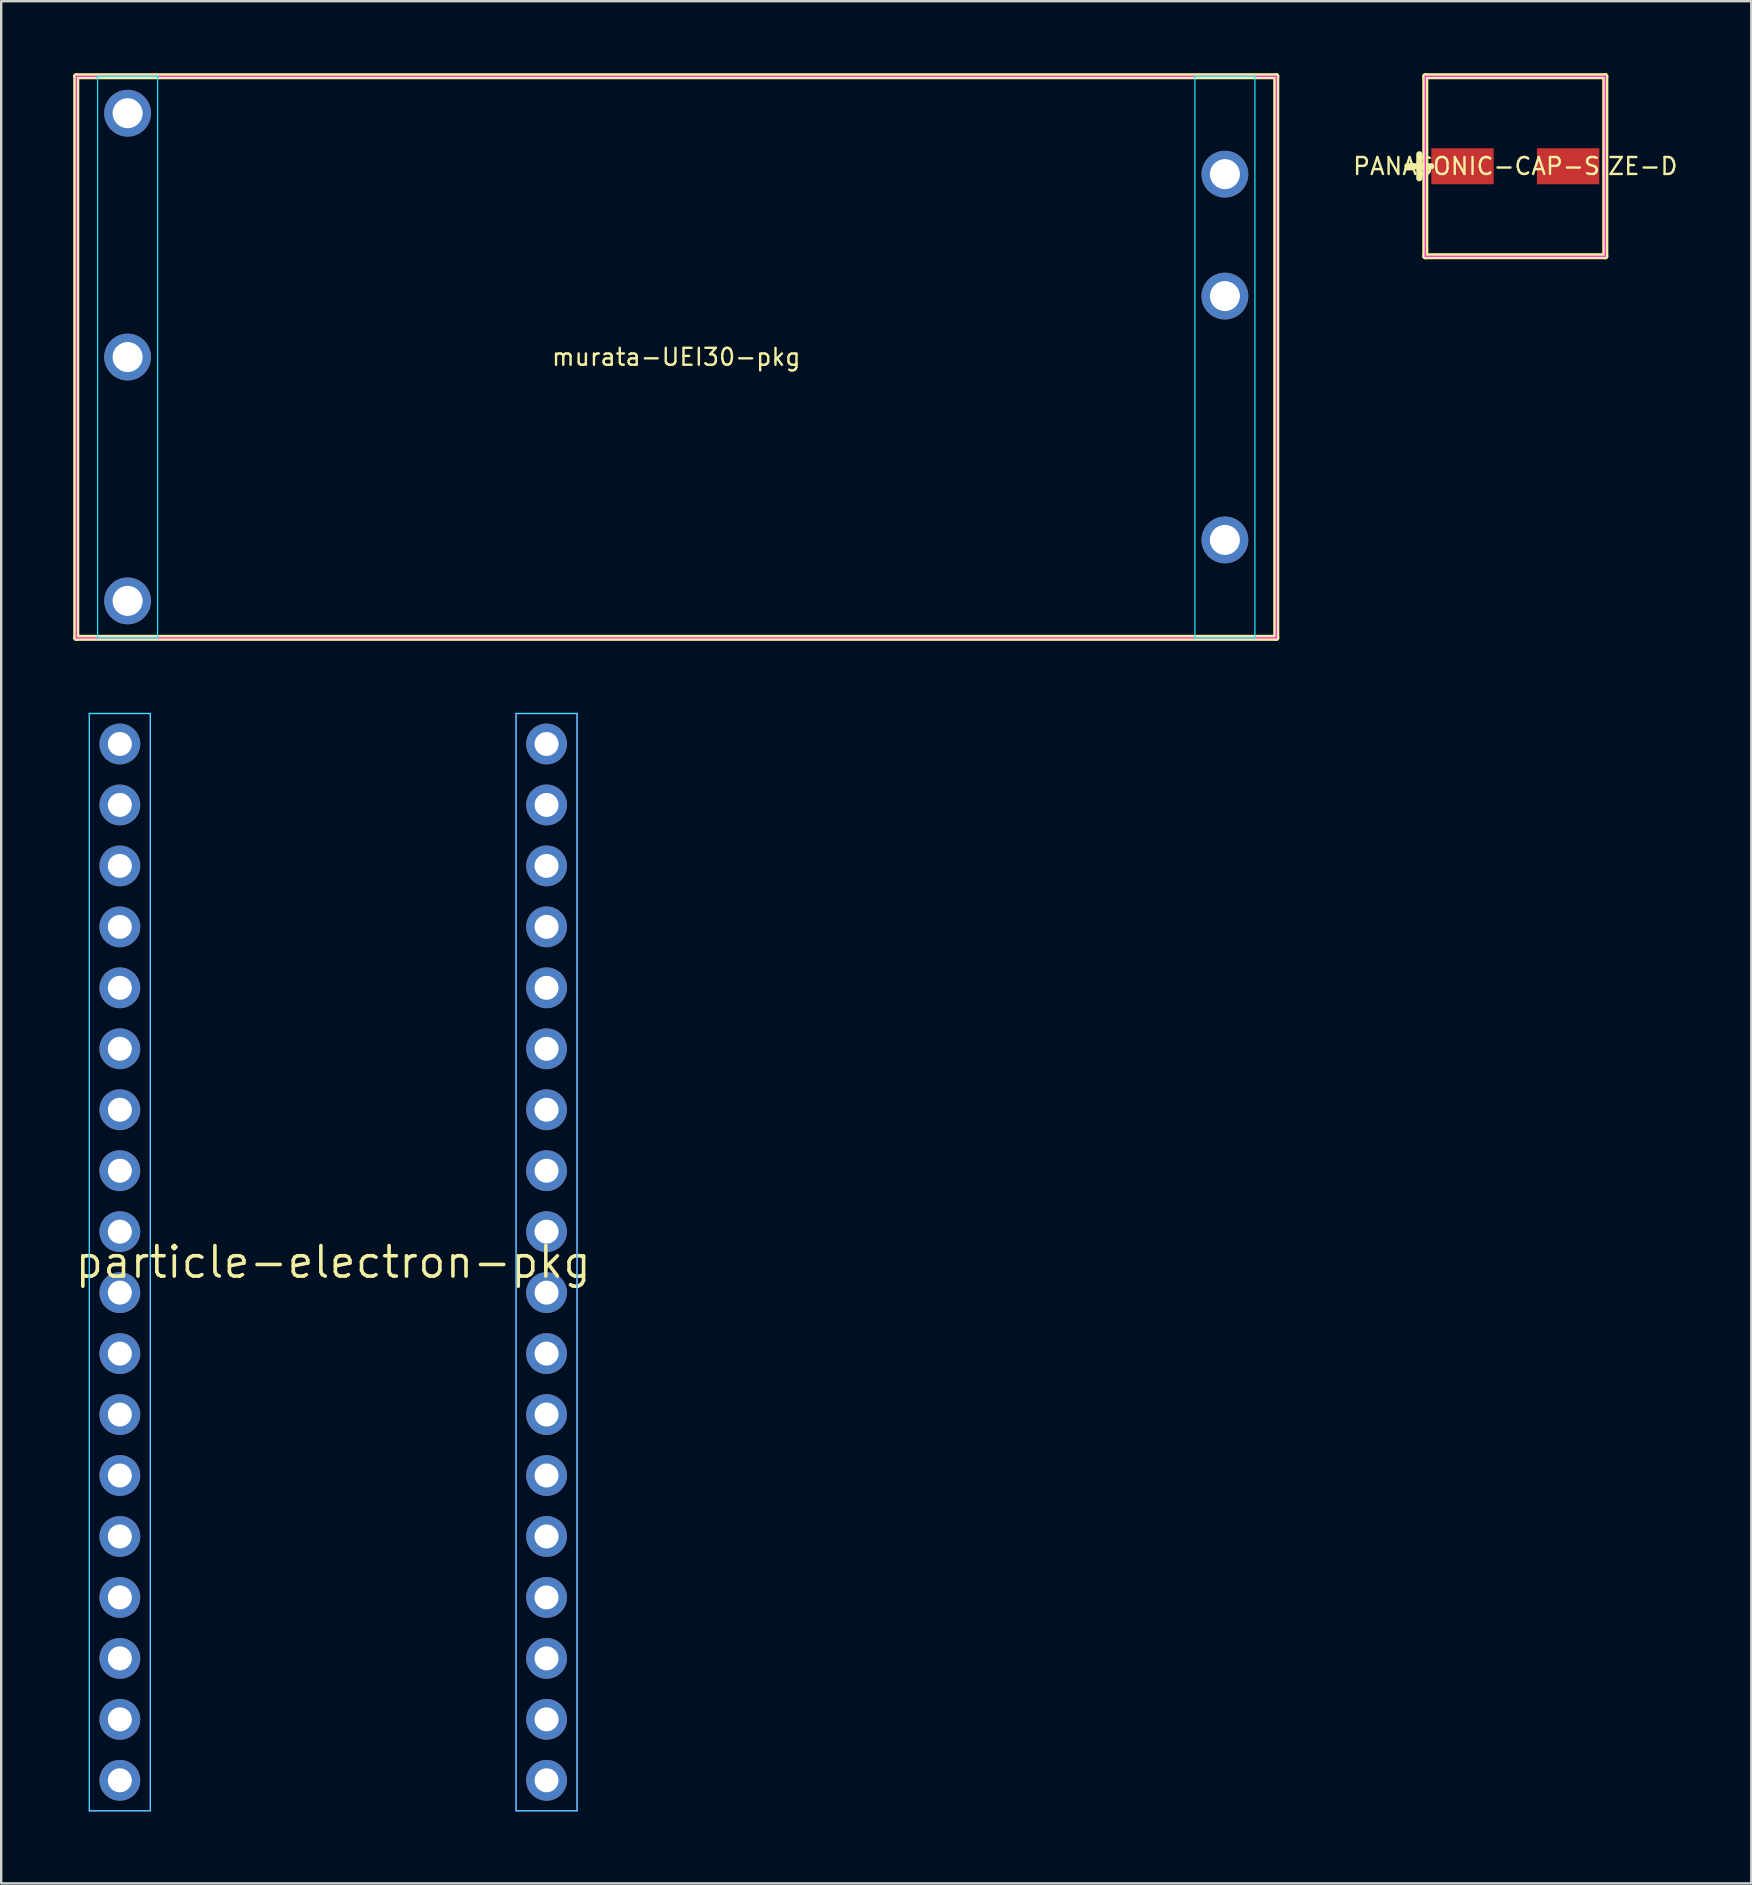
<source format=kicad_pcb>
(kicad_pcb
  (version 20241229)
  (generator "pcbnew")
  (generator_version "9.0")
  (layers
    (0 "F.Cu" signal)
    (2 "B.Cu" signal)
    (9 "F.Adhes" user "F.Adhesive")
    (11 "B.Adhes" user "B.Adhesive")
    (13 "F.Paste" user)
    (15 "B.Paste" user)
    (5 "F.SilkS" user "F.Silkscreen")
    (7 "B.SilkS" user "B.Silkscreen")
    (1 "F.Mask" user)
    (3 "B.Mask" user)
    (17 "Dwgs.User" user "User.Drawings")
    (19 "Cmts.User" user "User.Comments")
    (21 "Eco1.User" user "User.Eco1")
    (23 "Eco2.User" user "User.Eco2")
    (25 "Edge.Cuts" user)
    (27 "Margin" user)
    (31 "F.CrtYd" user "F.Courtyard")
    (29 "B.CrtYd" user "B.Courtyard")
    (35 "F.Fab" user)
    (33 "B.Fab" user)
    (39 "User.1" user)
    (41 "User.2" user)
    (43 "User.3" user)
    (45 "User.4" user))
  (footprint "murata-UEI30-pkg"
    (layer "F.Cu")
    (at 25.127 11.827)
    (property "Reference" "murata-UEI30-pkg" (at 0 0 0) (layer "F.SilkS") (effects (font (size 0.706 0.706) (thickness 0.1))))
    (attr through_hole)
    (fp_line (start -25 -11.7) (end -25 11.7) (stroke (width 0.254) (type solid)) (layer "F.SilkS"))
    (fp_line (start -25 11.7) (end 25 11.7) (stroke (width 0.254) (type solid)) (layer "F.SilkS"))
    (fp_line (start 25 -11.7) (end -25 -11.7) (stroke (width 0.254) (type solid)) (layer "F.SilkS"))
    (fp_line (start 25 11.7) (end 25 -11.7) (stroke (width 0.254) (type solid)) (layer "F.SilkS"))
    (fp_line (start -24.11 -11.7) (end -24.11 11.7) (stroke (width 0.05) (type solid)) (layer "B.CrtYd"))
    (fp_line (start -24.11 11.7) (end -21.61 11.7) (stroke (width 0.05) (type solid)) (layer "B.CrtYd"))
    (fp_line (start -21.61 -11.7) (end -24.11 -11.7) (stroke (width 0.05) (type solid)) (layer "B.CrtYd"))
    (fp_line (start -21.61 11.7) (end -21.61 -11.7) (stroke (width 0.05) (type solid)) (layer "B.CrtYd"))
    (fp_line (start 21.61 -11.7) (end 21.61 11.7) (stroke (width 0.05) (type solid)) (layer "B.CrtYd"))
    (fp_line (start 21.61 11.7) (end 24.11 11.7) (stroke (width 0.05) (type solid)) (layer "B.CrtYd"))
    (fp_line (start 24.11 -11.7) (end 21.61 -11.7) (stroke (width 0.05) (type solid)) (layer "B.CrtYd"))
    (fp_line (start 24.11 11.7) (end 24.11 -11.7) (stroke (width 0.05) (type solid)) (layer "B.CrtYd"))
    (fp_line (start -25 -11.7) (end -25 11.7) (stroke (width 0.05) (type solid)) (layer "F.CrtYd"))
    (fp_line (start -25 11.7) (end 25 11.7) (stroke (width 0.05) (type solid)) (layer "F.CrtYd"))
    (fp_line (start 25 -11.7) (end -25 -11.7) (stroke (width 0.05) (type solid)) (layer "F.CrtYd"))
    (fp_line (start 25 11.7) (end 25 -11.7) (stroke (width 0.05) (type solid)) (layer "F.CrtYd"))
    (pad "1" thru_hole circle (at 22.86 -7.62) (size 1.95 1.95) (drill 1.25) (layers "*.Cu" "*.Mask"))
    (pad "2" thru_hole circle (at 22.86 -2.54) (size 1.95 1.95) (drill 1.25) (layers "*.Cu" "*.Mask"))
    (pad "3" thru_hole circle (at 22.86 7.62) (size 1.95 1.95) (drill 1.25) (layers "*.Cu" "*.Mask"))
    (pad "4" thru_hole circle (at -22.86 -10.16) (size 1.95 1.95) (drill 1.25) (layers "*.Cu" "*.Mask"))
    (pad "5" thru_hole circle (at -22.86 0) (size 1.95 1.95) (drill 1.25) (layers "*.Cu" "*.Mask"))
    (pad "6" thru_hole circle (at -22.86 10.16) (size 1.95 1.95) (drill 1.25) (layers "*.Cu" "*.Mask")))
  (footprint "PANASONIC-CAP-SIZE-D"
    (layer "F.Cu")
    (at 60.087 3.877)
    (property "Reference" "PANASONIC-CAP-SIZE-D" (at 0 0 0) (layer "F.SilkS") (effects (font (size 0.706 0.706) (thickness 0.1))))
    (attr through_hole)
    (fp_line (start -4.5 0) (end -3.5 0) (stroke (width 0.254) (type solid)) (layer "F.SilkS"))
    (fp_line (start -4 0.5) (end -4 -0.5) (stroke (width 0.254) (type solid)) (layer "F.SilkS"))
    (fp_line (start -3.75 -3.75) (end -3.75 3.75) (stroke (width 0.254) (type solid)) (layer "F.SilkS"))
    (fp_line (start -3.75 3.75) (end 3.75 3.75) (stroke (width 0.254) (type solid)) (layer "F.SilkS"))
    (fp_line (start 3.75 -3.75) (end -3.75 -3.75) (stroke (width 0.254) (type solid)) (layer "F.SilkS"))
    (fp_line (start 3.75 3.75) (end 3.75 -3.75) (stroke (width 0.254) (type solid)) (layer "F.SilkS"))
    (fp_line (start -3.75 -3.75) (end -3.75 3.75) (stroke (width 0.05) (type solid)) (layer "F.CrtYd"))
    (fp_line (start -3.75 3.75) (end 3.75 3.75) (stroke (width 0.05) (type solid)) (layer "F.CrtYd"))
    (fp_line (start 3.75 -3.75) (end -3.75 -3.75) (stroke (width 0.05) (type solid)) (layer "F.CrtYd"))
    (fp_line (start 3.75 3.75) (end 3.75 -3.75) (stroke (width 0.05) (type solid)) (layer "F.CrtYd"))
    (pad "1" smd rect (at -2.2 0) (size 2.6 1.5) (layers "F.Cu" "F.Mask" "F.Paste"))
    (pad "2" smd rect (at 2.2 0) (size 2.6 1.5) (layers "F.Cu" "F.Mask" "F.Paste")))
  (footprint "particle-electron-pkg"
    (layer "F.Cu")
    (at 10.833 49.539)
    (property "Reference" "particle-electron-pkg" (at 0 0 0) (layer "F.SilkS") (effects (font (size 1.27 1.27) (thickness 0.15))))
    (attr through_hole)
    (fp_line (start -10.16 -22.86) (end -10.16 22.86) (stroke (width 0.05) (type solid)) (layer "B.CrtYd"))
    (fp_line (start -10.16 22.86) (end -7.62 22.86) (stroke (width 0.05) (type solid)) (layer "B.CrtYd"))
    (fp_line (start -7.62 -22.86) (end -10.16 -22.86) (stroke (width 0.05) (type solid)) (layer "B.CrtYd"))
    (fp_line (start -7.62 22.86) (end -7.62 -22.86) (stroke (width 0.05) (type solid)) (layer "B.CrtYd"))
    (fp_line (start 7.62 -22.86) (end 7.62 22.86) (stroke (width 0.05) (type solid)) (layer "B.CrtYd"))
    (fp_line (start 7.62 22.86) (end 10.16 22.86) (stroke (width 0.05) (type solid)) (layer "B.CrtYd"))
    (fp_line (start 10.16 -22.86) (end 7.62 -22.86) (stroke (width 0.05) (type solid)) (layer "B.CrtYd"))
    (fp_line (start 10.16 22.86) (end 10.16 -22.86) (stroke (width 0.05) (type solid)) (layer "B.CrtYd"))
    (fp_line (start -10.16 -22.86) (end -10.16 22.86) (stroke (width 0.05) (type solid)) (layer "F.CrtYd"))
    (fp_line (start -10.16 22.86) (end -7.62 22.86) (stroke (width 0.05) (type solid)) (layer "F.CrtYd"))
    (fp_line (start -7.62 -22.86) (end -10.16 -22.86) (stroke (width 0.05) (type solid)) (layer "F.CrtYd"))
    (fp_line (start -7.62 22.86) (end -7.62 -22.86) (stroke (width 0.05) (type solid)) (layer "F.CrtYd"))
    (fp_line (start 7.62 -22.86) (end 7.62 22.86) (stroke (width 0.05) (type solid)) (layer "F.CrtYd"))
    (fp_line (start 7.62 22.86) (end 10.16 22.86) (stroke (width 0.05) (type solid)) (layer "F.CrtYd"))
    (fp_line (start 10.16 -22.86) (end 7.62 -22.86) (stroke (width 0.05) (type solid)) (layer "F.CrtYd"))
    (fp_line (start 10.16 22.86) (end 10.16 -22.86) (stroke (width 0.05) (type solid)) (layer "F.CrtYd"))
    (pad "1" thru_hole circle (at -8.89 -21.59 90) (size 1.7 1.7) (drill 1) (layers "*.Cu" "*.Mask"))
    (pad "2" thru_hole circle (at -8.89 -19.05 90) (size 1.7 1.7) (drill 1) (layers "*.Cu" "*.Mask"))
    (pad "3" thru_hole circle (at -8.89 -16.51 90) (size 1.7 1.7) (drill 1) (layers "*.Cu" "*.Mask"))
    (pad "4" thru_hole circle (at -8.89 -13.97 90) (size 1.7 1.7) (drill 1) (layers "*.Cu" "*.Mask"))
    (pad "5" thru_hole circle (at -8.89 -11.43 90) (size 1.7 1.7) (drill 1) (layers "*.Cu" "*.Mask"))
    (pad "6" thru_hole circle (at -8.89 -8.89 90) (size 1.7 1.7) (drill 1) (layers "*.Cu" "*.Mask"))
    (pad "7" thru_hole circle (at -8.89 -6.35 90) (size 1.7 1.7) (drill 1) (layers "*.Cu" "*.Mask"))
    (pad "8" thru_hole circle (at -8.89 -3.81 90) (size 1.7 1.7) (drill 1) (layers "*.Cu" "*.Mask"))
    (pad "9" thru_hole circle (at -8.89 -1.27 90) (size 1.7 1.7) (drill 1) (layers "*.Cu" "*.Mask"))
    (pad "10" thru_hole circle (at -8.89 1.27 90) (size 1.7 1.7) (drill 1) (layers "*.Cu" "*.Mask"))
    (pad "11" thru_hole circle (at -8.89 3.81 90) (size 1.7 1.7) (drill 1) (layers "*.Cu" "*.Mask"))
    (pad "12" thru_hole circle (at -8.89 6.35 90) (size 1.7 1.7) (drill 1) (layers "*.Cu" "*.Mask"))
    (pad "13" thru_hole circle (at -8.89 8.89 90) (size 1.7 1.7) (drill 1) (layers "*.Cu" "*.Mask"))
    (pad "14" thru_hole circle (at -8.89 11.43 90) (size 1.7 1.7) (drill 1) (layers "*.Cu" "*.Mask"))
    (pad "15" thru_hole circle (at -8.89 13.97 90) (size 1.7 1.7) (drill 1) (layers "*.Cu" "*.Mask"))
    (pad "16" thru_hole circle (at -8.89 16.51 90) (size 1.7 1.7) (drill 1) (layers "*.Cu" "*.Mask"))
    (pad "17" thru_hole circle (at -8.89 19.05 90) (size 1.7 1.7) (drill 1) (layers "*.Cu" "*.Mask"))
    (pad "18" thru_hole circle (at -8.89 21.59 90) (size 1.7 1.7) (drill 1) (layers "*.Cu" "*.Mask"))
    (pad "19" thru_hole circle (at 8.89 21.59 270) (size 1.7 1.7) (drill 1) (layers "*.Cu" "*.Mask"))
    (pad "20" thru_hole circle (at 8.89 19.05 270) (size 1.7 1.7) (drill 1) (layers "*.Cu" "*.Mask"))
    (pad "21" thru_hole circle (at 8.89 16.51 270) (size 1.7 1.7) (drill 1) (layers "*.Cu" "*.Mask"))
    (pad "22" thru_hole circle (at 8.89 13.97 270) (size 1.7 1.7) (drill 1) (layers "*.Cu" "*.Mask"))
    (pad "23" thru_hole circle (at 8.89 11.43 270) (size 1.7 1.7) (drill 1) (layers "*.Cu" "*.Mask"))
    (pad "24" thru_hole circle (at 8.89 8.89 270) (size 1.7 1.7) (drill 1) (layers "*.Cu" "*.Mask"))
    (pad "25" thru_hole circle (at 8.89 6.35 270) (size 1.7 1.7) (drill 1) (layers "*.Cu" "*.Mask"))
    (pad "26" thru_hole circle (at 8.89 3.81 270) (size 1.7 1.7) (drill 1) (layers "*.Cu" "*.Mask"))
    (pad "27" thru_hole circle (at 8.89 1.27 270) (size 1.7 1.7) (drill 1) (layers "*.Cu" "*.Mask"))
    (pad "28" thru_hole circle (at 8.89 -1.27 270) (size 1.7 1.7) (drill 1) (layers "*.Cu" "*.Mask"))
    (pad "29" thru_hole circle (at 8.89 -3.81 270) (size 1.7 1.7) (drill 1) (layers "*.Cu" "*.Mask"))
    (pad "30" thru_hole circle (at 8.89 -6.35 270) (size 1.7 1.7) (drill 1) (layers "*.Cu" "*.Mask"))
    (pad "31" thru_hole circle (at 8.89 -8.89 270) (size 1.7 1.7) (drill 1) (layers "*.Cu" "*.Mask"))
    (pad "32" thru_hole circle (at 8.89 -11.43 270) (size 1.7 1.7) (drill 1) (layers "*.Cu" "*.Mask"))
    (pad "33" thru_hole circle (at 8.89 -13.97 270) (size 1.7 1.7) (drill 1) (layers "*.Cu" "*.Mask"))
    (pad "34" thru_hole circle (at 8.89 -16.51 270) (size 1.7 1.7) (drill 1) (layers "*.Cu" "*.Mask"))
    (pad "35" thru_hole circle (at 8.89 -19.05 270) (size 1.7 1.7) (drill 1) (layers "*.Cu" "*.Mask"))
    (pad "36" thru_hole circle (at 8.89 -21.59 270) (size 1.7 1.7) (drill 1) (layers "*.Cu" "*.Mask")))
  (gr_rect
    (start -3 -3)
    (end 69.92 75.424)
    (stroke (width 0.1) (type default))
    (fill no)
    (layer "Edge.Cuts")))
</source>
